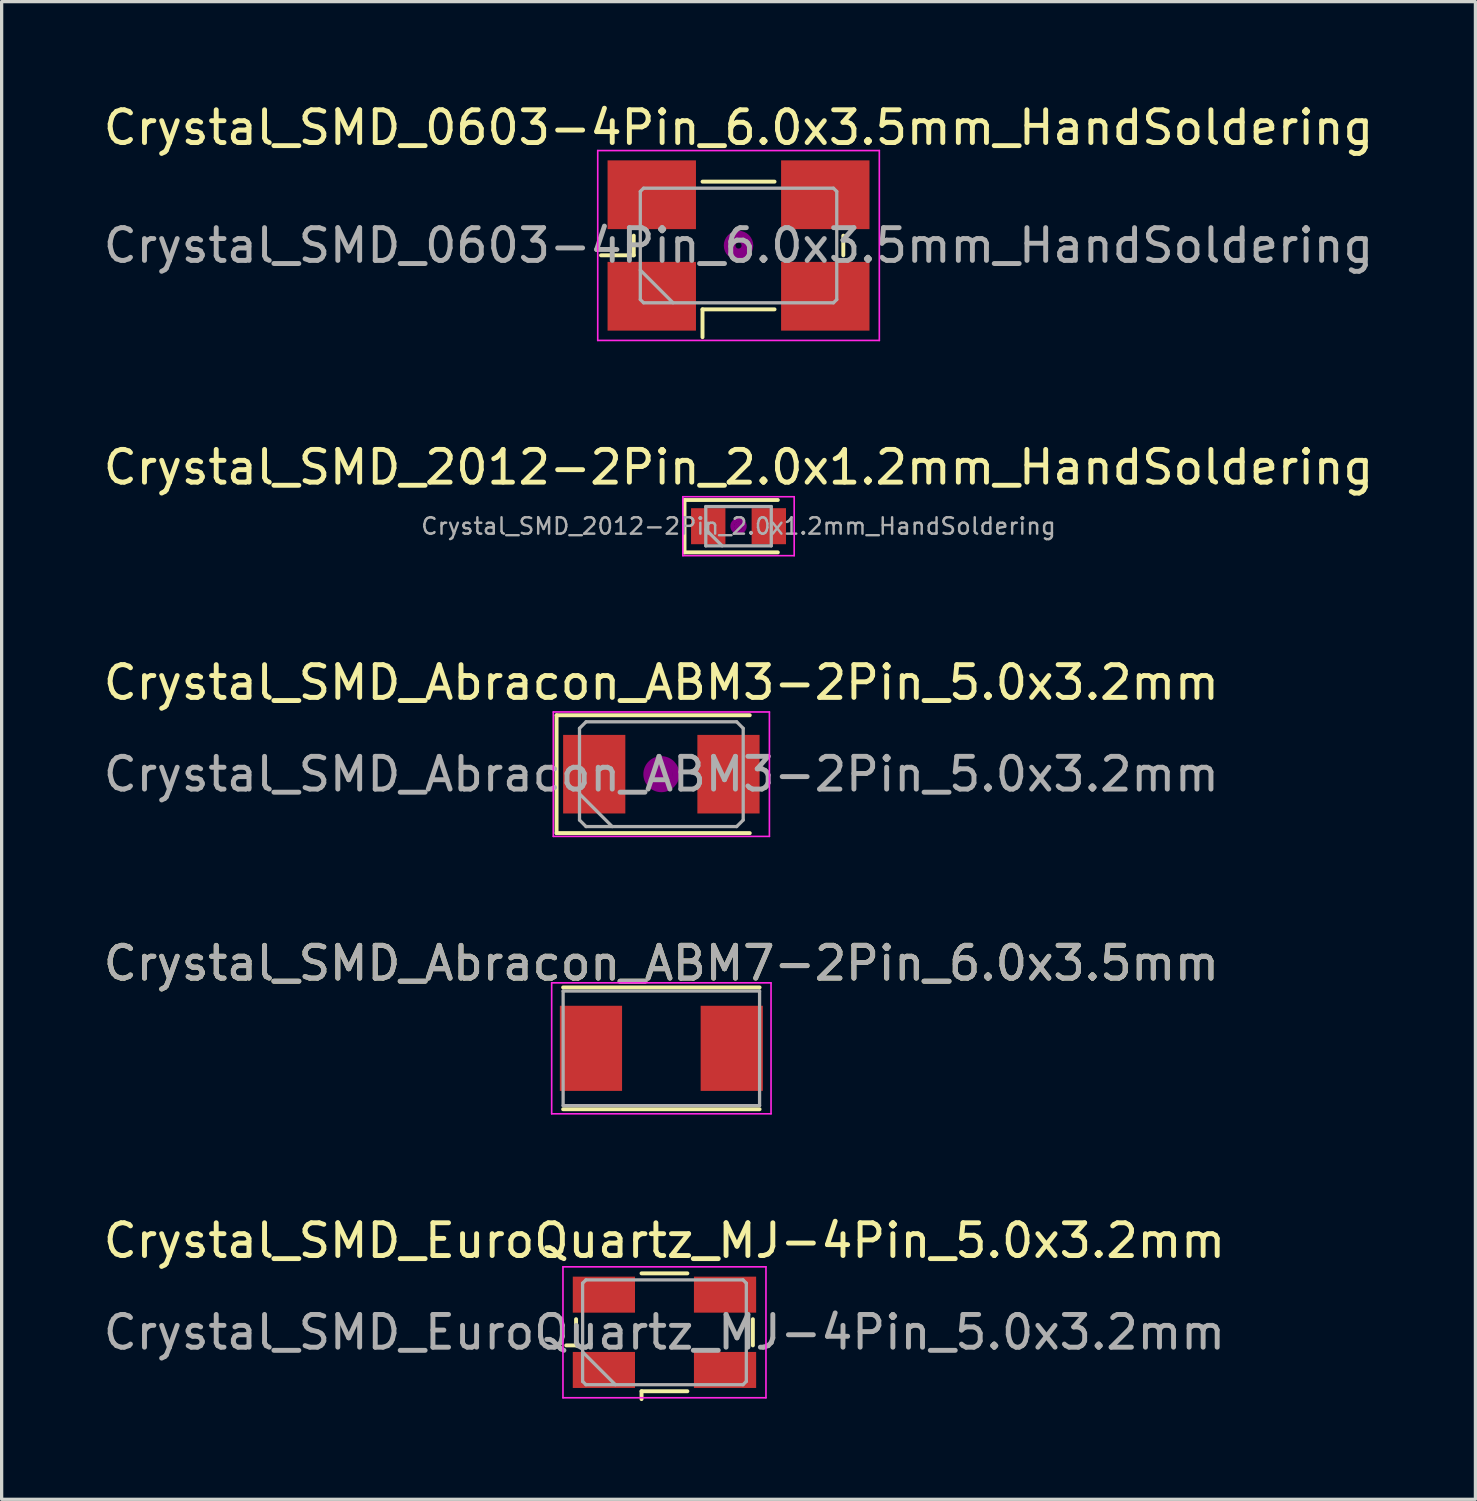
<source format=kicad_pcb>
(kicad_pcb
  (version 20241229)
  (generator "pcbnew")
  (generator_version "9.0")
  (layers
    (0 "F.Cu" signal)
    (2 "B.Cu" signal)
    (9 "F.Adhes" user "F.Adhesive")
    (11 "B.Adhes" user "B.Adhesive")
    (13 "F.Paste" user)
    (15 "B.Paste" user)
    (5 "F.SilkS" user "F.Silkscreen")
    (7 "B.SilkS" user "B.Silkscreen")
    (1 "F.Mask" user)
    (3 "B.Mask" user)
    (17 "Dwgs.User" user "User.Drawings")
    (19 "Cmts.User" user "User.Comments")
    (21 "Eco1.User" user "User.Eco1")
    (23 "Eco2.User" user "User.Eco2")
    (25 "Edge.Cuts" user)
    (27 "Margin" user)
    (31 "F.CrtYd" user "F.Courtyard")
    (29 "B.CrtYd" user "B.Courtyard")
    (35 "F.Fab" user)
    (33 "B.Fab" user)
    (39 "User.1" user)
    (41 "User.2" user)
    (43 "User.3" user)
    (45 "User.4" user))
  (footprint "Crystal_SMD_Abracon_ABM3-2Pin_5.0x3.2mm"
    (layer "F.Cu")
    (at 17.149 20.595)
    (property "Reference" "Crystal_SMD_Abracon_ABM3-2Pin_5.0x3.2mm" (at 0 -2.8 0) (layer "F.SilkS") (effects (font (size 1 1) (thickness 0.15))))
    (attr smd)
    (fp_line (start -3.2 -1.8) (end -3.2 1.8) (stroke (width 0.12) (type solid)) (layer "F.SilkS"))
    (fp_line (start -3.2 1.8) (end 2.7 1.8) (stroke (width 0.12) (type solid)) (layer "F.SilkS"))
    (fp_line (start 2.7 -1.8) (end -3.2 -1.8) (stroke (width 0.12) (type solid)) (layer "F.SilkS"))
    (fp_circle (center 0 0) (end 0.117 0) (stroke (width 0.233) (type solid)) (fill no) (layer "F.Adhes"))
    (fp_circle (center 0 0) (end 0.267 0) (stroke (width 0.167) (type solid)) (fill no) (layer "F.Adhes"))
    (fp_circle (center 0 0) (end 0.417 0) (stroke (width 0.167) (type solid)) (fill no) (layer "F.Adhes"))
    (fp_circle (center 0 0) (end 0.5 0) (stroke (width 0.1) (type solid)) (fill no) (layer "F.Adhes"))
    (fp_line (start -3.3 -1.9) (end -3.3 1.9) (stroke (width 0.05) (type solid)) (layer "F.CrtYd"))
    (fp_line (start -3.3 1.9) (end 3.3 1.9) (stroke (width 0.05) (type solid)) (layer "F.CrtYd"))
    (fp_line (start 3.3 -1.9) (end -3.3 -1.9) (stroke (width 0.05) (type solid)) (layer "F.CrtYd"))
    (fp_line (start 3.3 1.9) (end 3.3 -1.9) (stroke (width 0.05) (type solid)) (layer "F.CrtYd"))
    (fp_line (start -2.5 -1.4) (end -2.3 -1.6) (stroke (width 0.1) (type solid)) (layer "F.Fab"))
    (fp_line (start -2.5 0.6) (end -1.5 1.6) (stroke (width 0.1) (type solid)) (layer "F.Fab"))
    (fp_line (start -2.5 1.4) (end -2.5 -1.4) (stroke (width 0.1) (type solid)) (layer "F.Fab"))
    (fp_line (start -2.3 -1.6) (end 2.3 -1.6) (stroke (width 0.1) (type solid)) (layer "F.Fab"))
    (fp_line (start -2.3 1.6) (end -2.5 1.4) (stroke (width 0.1) (type solid)) (layer "F.Fab"))
    (fp_line (start 2.3 -1.6) (end 2.5 -1.4) (stroke (width 0.1) (type solid)) (layer "F.Fab"))
    (fp_line (start 2.3 1.6) (end -2.3 1.6) (stroke (width 0.1) (type solid)) (layer "F.Fab"))
    (fp_line (start 2.5 -1.4) (end 2.5 1.4) (stroke (width 0.1) (type solid)) (layer "F.Fab"))
    (fp_line (start 2.5 1.4) (end 2.3 1.6) (stroke (width 0.1) (type solid)) (layer "F.Fab"))
    (fp_text user "${REFERENCE}" (at 0 0 0) (layer "F.Fab") (effects (font (size 1 1) (thickness 0.15))))
    (pad "1" smd rect (at -2.05 0) (size 1.9 2.4) (layers "F.Cu" "F.Mask" "F.Paste"))
    (pad "2" smd rect (at 2.05 0) (size 1.9 2.4) (layers "F.Cu" "F.Mask" "F.Paste")))
  (footprint "Crystal_SMD_0603-4Pin_6.0x3.5mm_HandSoldering"
    (layer "F.Cu")
    (at 19.506 4.448)
    (property "Reference" "Crystal_SMD_0603-4Pin_6.0x3.5mm_HandSoldering" (at 0 -3.6 0) (layer "F.SilkS") (effects (font (size 1 1) (thickness 0.15))))
    (attr smd)
    (fp_line (start -4.2 0.3) (end -3.2 0.3) (stroke (width 0.12) (type solid)) (layer "F.SilkS"))
    (fp_line (start -3.2 0.3) (end -3.2 -0.3) (stroke (width 0.12) (type solid)) (layer "F.SilkS"))
    (fp_line (start -1.1 -1.95) (end 1.1 -1.95) (stroke (width 0.12) (type solid)) (layer "F.SilkS"))
    (fp_line (start -1.1 1.95) (end -1.1 2.8) (stroke (width 0.12) (type solid)) (layer "F.SilkS"))
    (fp_line (start 1.1 1.95) (end -1.1 1.95) (stroke (width 0.12) (type solid)) (layer "F.SilkS"))
    (fp_line (start 3.2 -0.3) (end 3.2 0.3) (stroke (width 0.12) (type solid)) (layer "F.SilkS"))
    (fp_circle (center 0 0) (end 0.093 0) (stroke (width 0.187) (type solid)) (fill no) (layer "F.Adhes"))
    (fp_circle (center 0 0) (end 0.213 0) (stroke (width 0.133) (type solid)) (fill no) (layer "F.Adhes"))
    (fp_circle (center 0 0) (end 0.333 0) (stroke (width 0.133) (type solid)) (fill no) (layer "F.Adhes"))
    (fp_circle (center 0 0) (end 0.4 0) (stroke (width 0.1) (type solid)) (fill no) (layer "F.Adhes"))
    (fp_line (start -4.3 -2.9) (end -4.3 2.9) (stroke (width 0.05) (type solid)) (layer "F.CrtYd"))
    (fp_line (start -4.3 2.9) (end 4.3 2.9) (stroke (width 0.05) (type solid)) (layer "F.CrtYd"))
    (fp_line (start 4.3 -2.9) (end -4.3 -2.9) (stroke (width 0.05) (type solid)) (layer "F.CrtYd"))
    (fp_line (start 4.3 2.9) (end 4.3 -2.9) (stroke (width 0.05) (type solid)) (layer "F.CrtYd"))
    (fp_line (start -3 -1.65) (end -2.9 -1.75) (stroke (width 0.1) (type solid)) (layer "F.Fab"))
    (fp_line (start -3 0.75) (end -2 1.75) (stroke (width 0.1) (type solid)) (layer "F.Fab"))
    (fp_line (start -3 1.65) (end -3 -1.65) (stroke (width 0.1) (type solid)) (layer "F.Fab"))
    (fp_line (start -2.9 -1.75) (end 2.9 -1.75) (stroke (width 0.1) (type solid)) (layer "F.Fab"))
    (fp_line (start -2.9 1.75) (end -3 1.65) (stroke (width 0.1) (type solid)) (layer "F.Fab"))
    (fp_line (start 2.9 -1.75) (end 3 -1.65) (stroke (width 0.1) (type solid)) (layer "F.Fab"))
    (fp_line (start 2.9 1.75) (end -2.9 1.75) (stroke (width 0.1) (type solid)) (layer "F.Fab"))
    (fp_line (start 3 -1.65) (end 3 1.65) (stroke (width 0.1) (type solid)) (layer "F.Fab"))
    (fp_line (start 3 1.65) (end 2.9 1.75) (stroke (width 0.1) (type solid)) (layer "F.Fab"))
    (fp_text user "${REFERENCE}" (at 0 0 0) (layer "F.Fab") (effects (font (size 1 1) (thickness 0.15))))
    (pad "1" smd rect (at -2.65 1.55) (size 2.7 2.1) (layers "F.Cu" "F.Mask" "F.Paste"))
    (pad "2" smd rect (at 2.65 1.55) (size 2.7 2.1) (layers "F.Cu" "F.Mask" "F.Paste"))
    (pad "3" smd rect (at 2.65 -1.55) (size 2.7 2.1) (layers "F.Cu" "F.Mask" "F.Paste"))
    (pad "4" smd rect (at -2.65 -1.55) (size 2.7 2.1) (layers "F.Cu" "F.Mask" "F.Paste")))
  (footprint "Crystal_SMD_2012-2Pin_2.0x1.2mm_HandSoldering"
    (layer "F.Cu")
    (at 19.506 13.021)
    (property "Reference" "Crystal_SMD_2012-2Pin_2.0x1.2mm_HandSoldering" (at 0 -1.8 0) (layer "F.SilkS") (effects (font (size 1 1) (thickness 0.15))))
    (attr smd)
    (fp_line (start -1.65 -0.8) (end -1.65 0.8) (stroke (width 0.12) (type solid)) (layer "F.SilkS"))
    (fp_line (start -1.65 0.8) (end 1.2 0.8) (stroke (width 0.12) (type solid)) (layer "F.SilkS"))
    (fp_line (start 1.2 -0.8) (end -1.65 -0.8) (stroke (width 0.12) (type solid)) (layer "F.SilkS"))
    (fp_circle (center 0 0) (end 0.047 0) (stroke (width 0.093) (type solid)) (fill no) (layer "F.Adhes"))
    (fp_circle (center 0 0) (end 0.107 0) (stroke (width 0.067) (type solid)) (fill no) (layer "F.Adhes"))
    (fp_circle (center 0 0) (end 0.167 0) (stroke (width 0.067) (type solid)) (fill no) (layer "F.Adhes"))
    (fp_circle (center 0 0) (end 0.2 0) (stroke (width 0.1) (type solid)) (fill no) (layer "F.Adhes"))
    (fp_line (start -1.7 -0.9) (end -1.7 0.9) (stroke (width 0.05) (type solid)) (layer "F.CrtYd"))
    (fp_line (start -1.7 0.9) (end 1.7 0.9) (stroke (width 0.05) (type solid)) (layer "F.CrtYd"))
    (fp_line (start 1.7 -0.9) (end -1.7 -0.9) (stroke (width 0.05) (type solid)) (layer "F.CrtYd"))
    (fp_line (start 1.7 0.9) (end 1.7 -0.9) (stroke (width 0.05) (type solid)) (layer "F.CrtYd"))
    (fp_line (start -1 -0.6) (end -1 0.6) (stroke (width 0.1) (type solid)) (layer "F.Fab"))
    (fp_line (start -1 0.1) (end -0.5 0.6) (stroke (width 0.1) (type solid)) (layer "F.Fab"))
    (fp_line (start -1 0.6) (end 1 0.6) (stroke (width 0.1) (type solid)) (layer "F.Fab"))
    (fp_line (start 1 -0.6) (end -1 -0.6) (stroke (width 0.1) (type solid)) (layer "F.Fab"))
    (fp_line (start 1 0.6) (end 1 -0.6) (stroke (width 0.1) (type solid)) (layer "F.Fab"))
    (fp_text user "${REFERENCE}" (at 0 0 0) (layer "F.Fab") (effects (font (size 0.5 0.5) (thickness 0.075))))
    (pad "1" smd rect (at -0.925 0) (size 1.05 1.1) (layers "F.Cu" "F.Mask" "F.Paste"))
    (pad "2" smd rect (at 0.925 0) (size 1.05 1.1) (layers "F.Cu" "F.Mask" "F.Paste")))
  (footprint "Crystal_SMD_EuroQuartz_MJ-4Pin_5.0x3.2mm"
    (layer "F.Cu")
    (at 17.244 37.641)
    (property "Reference" "Crystal_SMD_EuroQuartz_MJ-4Pin_5.0x3.2mm" (at 0 -2.8 0) (layer "F.SilkS") (effects (font (size 1 1) (thickness 0.15))))
    (attr smd)
    (fp_line (start -3 0.4) (end -2.7 0.4) (stroke (width 0.12) (type solid)) (layer "F.SilkS"))
    (fp_line (start -2.7 0.4) (end -2.7 -0.4) (stroke (width 0.12) (type solid)) (layer "F.SilkS"))
    (fp_line (start -0.7 -1.8) (end 0.7 -1.8) (stroke (width 0.12) (type solid)) (layer "F.SilkS"))
    (fp_line (start -0.7 1.8) (end -0.7 2.04) (stroke (width 0.12) (type solid)) (layer "F.SilkS"))
    (fp_line (start 0.7 1.8) (end -0.7 1.8) (stroke (width 0.12) (type solid)) (layer "F.SilkS"))
    (fp_line (start 2.7 -0.4) (end 2.7 0.4) (stroke (width 0.12) (type solid)) (layer "F.SilkS"))
    (fp_line (start -3.1 -2) (end -3.1 2) (stroke (width 0.05) (type solid)) (layer "F.CrtYd"))
    (fp_line (start -3.1 2) (end 3.1 2) (stroke (width 0.05) (type solid)) (layer "F.CrtYd"))
    (fp_line (start 3.1 -2) (end -3.1 -2) (stroke (width 0.05) (type solid)) (layer "F.CrtYd"))
    (fp_line (start 3.1 2) (end 3.1 -2) (stroke (width 0.05) (type solid)) (layer "F.CrtYd"))
    (fp_line (start -2.5 -1.5) (end -2.4 -1.6) (stroke (width 0.1) (type solid)) (layer "F.Fab"))
    (fp_line (start -2.5 0.6) (end -1.5 1.6) (stroke (width 0.1) (type solid)) (layer "F.Fab"))
    (fp_line (start -2.5 1.5) (end -2.5 -1.5) (stroke (width 0.1) (type solid)) (layer "F.Fab"))
    (fp_line (start -2.4 -1.6) (end 2.4 -1.6) (stroke (width 0.1) (type solid)) (layer "F.Fab"))
    (fp_line (start -2.4 1.6) (end -2.5 1.5) (stroke (width 0.1) (type solid)) (layer "F.Fab"))
    (fp_line (start 2.4 -1.6) (end 2.5 -1.5) (stroke (width 0.1) (type solid)) (layer "F.Fab"))
    (fp_line (start 2.4 1.6) (end -2.4 1.6) (stroke (width 0.1) (type solid)) (layer "F.Fab"))
    (fp_line (start 2.5 -1.5) (end 2.5 1.5) (stroke (width 0.1) (type solid)) (layer "F.Fab"))
    (fp_line (start 2.5 1.5) (end 2.4 1.6) (stroke (width 0.1) (type solid)) (layer "F.Fab"))
    (fp_text user "${REFERENCE}" (at 0 0 0) (layer "F.Fab") (effects (font (size 1 1) (thickness 0.15))))
    (pad "1" smd rect (at -1.85 1.15) (size 1.9 1.1) (layers "F.Cu" "F.Mask" "F.Paste"))
    (pad "2" smd rect (at 1.85 1.15) (size 1.9 1.1) (layers "F.Cu" "F.Mask" "F.Paste"))
    (pad "3" smd rect (at 1.85 -1.15) (size 1.9 1.1) (layers "F.Cu" "F.Mask" "F.Paste"))
    (pad "4" smd rect (at -1.85 -1.15) (size 1.9 1.1) (layers "F.Cu" "F.Mask" "F.Paste")))
  (footprint "Crystal_SMD_Abracon_ABM7-2Pin_6.0x3.5mm"
    (layer "F.Cu")
    (at 17.149 28.968)
    (property "Reference" "Crystal_SMD_Abracon_ABM7-2Pin_6.0x3.5mm" (at 0 -2.6 0) (layer "F.SilkS") (effects (font (size 1 1) (thickness 0.15))))
    (attr smd)
    (fp_line (start -3 -1.86) (end 3 -1.86) (stroke (width 0.12) (type solid)) (layer "F.SilkS"))
    (fp_line (start -3 1.86) (end 3 1.86) (stroke (width 0.12) (type solid)) (layer "F.SilkS"))
    (fp_line (start -3.35 -2) (end -3.35 2) (stroke (width 0.05) (type solid)) (layer "F.CrtYd"))
    (fp_line (start -3.35 -2) (end 3.35 -2) (stroke (width 0.05) (type solid)) (layer "F.CrtYd"))
    (fp_line (start 3.35 2) (end -3.35 2) (stroke (width 0.05) (type solid)) (layer "F.CrtYd"))
    (fp_line (start 3.35 2) (end 3.35 -2) (stroke (width 0.05) (type solid)) (layer "F.CrtYd"))
    (fp_line (start -3 -1.75) (end -3 1.75) (stroke (width 0.1) (type solid)) (layer "F.Fab"))
    (fp_line (start -3 -1.75) (end 3 -1.75) (stroke (width 0.1) (type solid)) (layer "F.Fab"))
    (fp_line (start -3 1.75) (end 3 1.75) (stroke (width 0.1) (type solid)) (layer "F.Fab"))
    (fp_line (start 3 -1.75) (end 3 1.75) (stroke (width 0.1) (type solid)) (layer "F.Fab"))
    (fp_text user "${REFERENCE}" (at 0 -2.6 0) (layer "F.Fab") (effects (font (size 1 1) (thickness 0.15))))
    (pad "1" smd rect (at -2.15 0) (size 1.9 2.6) (layers "F.Cu" "F.Mask" "F.Paste"))
    (pad "2" smd rect (at 2.15 0) (size 1.9 2.6) (layers "F.Cu" "F.Mask" "F.Paste")))
  (gr_rect
    (start -3 -3)
    (end 42.012 42.741)
    (stroke (width 0.1) (type default))
    (fill no)
    (layer "Edge.Cuts")))
</source>
